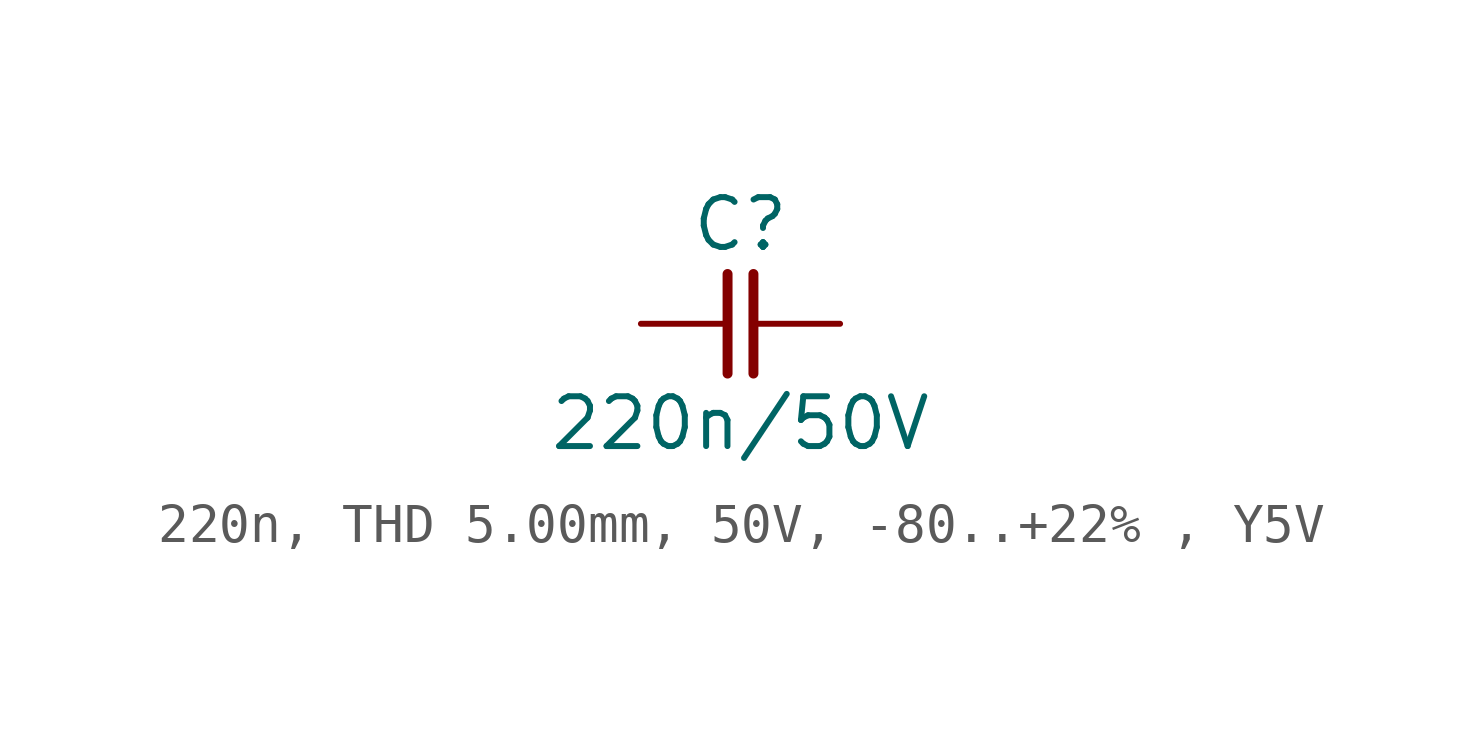
<source format=kicad_sym>
(kicad_symbol_lib
  (version 20220914)
  (generator kicad_symbol_editor)
  (symbol "220n, THD 5.00mm, 50V, -80..+22% , Y5V"
    (pin_numbers hide)
    (pin_names
      (offset 0) hide)
    (property "Reference" "C"
      (at 0 2.54 0)
      (effects (font (size 1.27 1.27))))
    (property "Value" "220n/50V"
      (at 0 -2.54 0)
      (effects (font (size 1.27 1.27))))
    (symbol "220n, THD 5.00mm, 50V, -80..+22% , Y5V_0_1"
      (polyline (pts (xy -0.33 1.27) (xy -0.33 -1.27)) (stroke (width 0.254) (type default)) (fill (type none)))
      (polyline (pts (xy 0.33 1.27) (xy 0.33 -1.27)) (stroke (width 0.254) (type default)) (fill (type none))))
    (symbol "220n, THD 5.00mm, 50V, -80..+22% , Y5V_1_1"
      (pin passive line (at -2.54 0 0) (length 2.21) (name "1" (effects (font (size 1.27 1.27)))) (number "1" (effects (font (size 1.27 1.27)))))
      (pin passive line (at 2.54 0 180) (length 2.21) (name "2" (effects (font (size 1.27 1.27)))) (number "2" (effects (font (size 1.27 1.27))))))))
</source>
